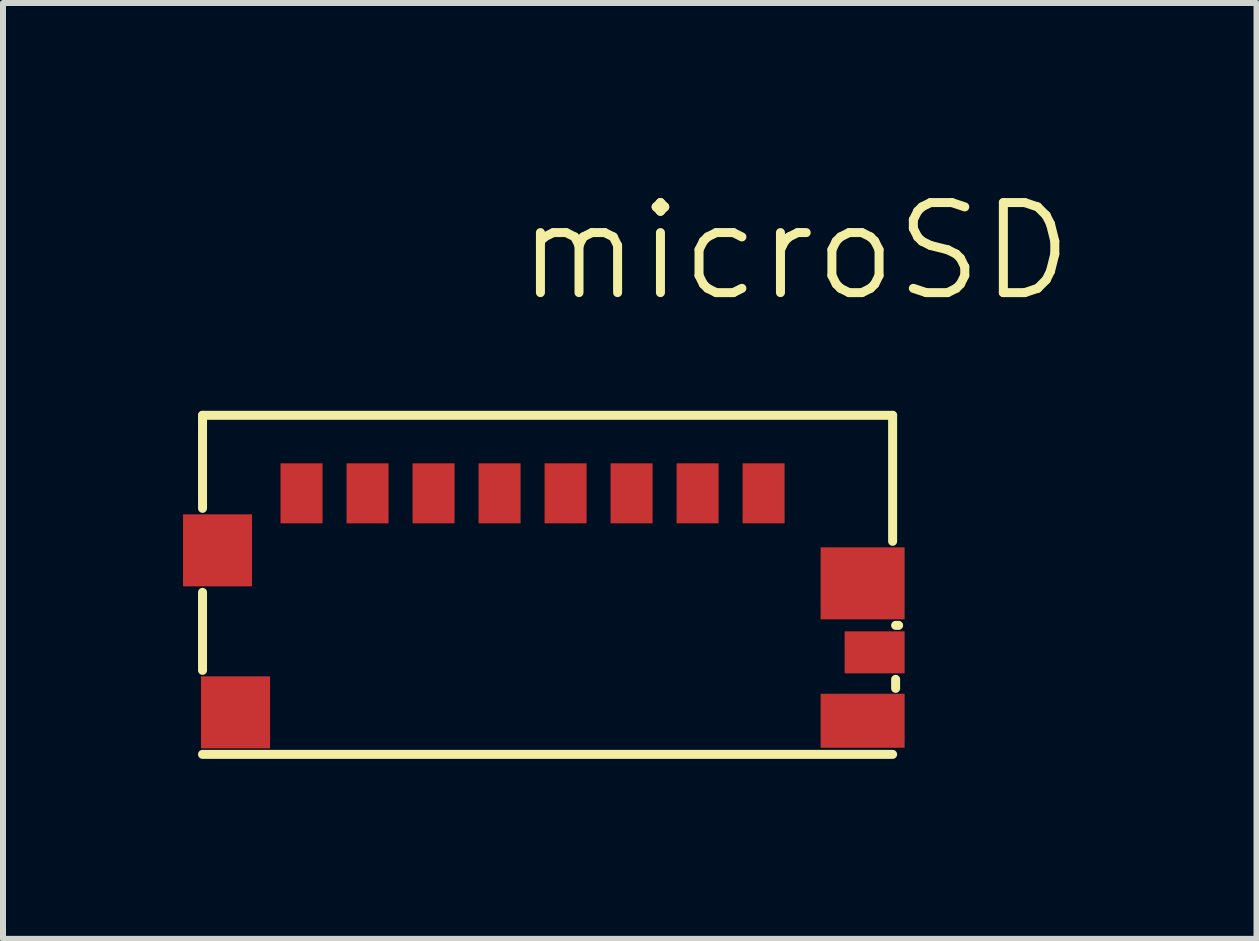
<source format=kicad_pcb>
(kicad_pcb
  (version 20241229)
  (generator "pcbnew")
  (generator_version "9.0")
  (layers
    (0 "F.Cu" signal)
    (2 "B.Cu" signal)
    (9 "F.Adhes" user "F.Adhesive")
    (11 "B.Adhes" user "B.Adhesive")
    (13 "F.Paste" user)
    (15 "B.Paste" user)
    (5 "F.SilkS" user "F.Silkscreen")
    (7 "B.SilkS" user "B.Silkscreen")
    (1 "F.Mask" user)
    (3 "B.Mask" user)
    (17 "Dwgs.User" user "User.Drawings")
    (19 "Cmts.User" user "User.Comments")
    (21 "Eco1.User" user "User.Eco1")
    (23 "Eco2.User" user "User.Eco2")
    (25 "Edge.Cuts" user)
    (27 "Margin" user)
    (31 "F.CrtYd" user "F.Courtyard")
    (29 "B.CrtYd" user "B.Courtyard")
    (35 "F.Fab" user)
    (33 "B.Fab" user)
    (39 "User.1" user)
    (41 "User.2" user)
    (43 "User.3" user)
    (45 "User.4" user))
  (footprint "microSD"
    (layer "F.Cu")
    (at 5.825 3.871)
    (property "Reference" "microSD" (at 4.381 -2.731 0) (layer "F.SilkS") (effects (font (size 1.5 1.5) (thickness 0.15))))
    (attr through_hole)
    (fp_line (start -5.5 0) (end -5.5 1.55) (stroke (width 0.15) (type solid)) (layer "F.SilkS"))
    (fp_line (start -5.5 2.95) (end -5.5 4.25) (stroke (width 0.15) (type solid)) (layer "F.SilkS"))
    (fp_line (start -5.5 5.65) (end 6 5.65) (stroke (width 0.15) (type solid)) (layer "F.SilkS"))
    (fp_line (start 6 0) (end -5.5 0) (stroke (width 0.15) (type solid)) (layer "F.SilkS"))
    (fp_line (start 6 0) (end 6 2.1) (stroke (width 0.15) (type solid)) (layer "F.SilkS"))
    (fp_line (start 6.05 3.5) (end 6.1 3.5) (stroke (width 0.15) (type solid)) (layer "F.SilkS"))
    (fp_line (start 6.05 4.4) (end 6.05 4.55) (stroke (width 0.15) (type solid)) (layer "F.SilkS"))
    (pad "1" smd rect (at 3.85 1.3) (size 0.7 1) (layers "F.Cu" "F.Mask" "F.Paste"))
    (pad "2" smd rect (at 2.75 1.3) (size 0.7 1) (layers "F.Cu" "F.Mask" "F.Paste"))
    (pad "3" smd rect (at 1.65 1.3) (size 0.7 1) (layers "F.Cu" "F.Mask" "F.Paste"))
    (pad "4" smd rect (at 0.55 1.3) (size 0.7 1) (layers "F.Cu" "F.Mask" "F.Paste"))
    (pad "5" smd rect (at -0.55 1.3) (size 0.7 1) (layers "F.Cu" "F.Mask" "F.Paste"))
    (pad "6" smd rect (at -1.65 1.3) (size 0.7 1) (layers "F.Cu" "F.Mask" "F.Paste"))
    (pad "7" smd rect (at -2.75 1.3) (size 0.7 1) (layers "F.Cu" "F.Mask" "F.Paste"))
    (pad "8" smd rect (at -3.85 1.3) (size 0.7 1) (layers "F.Cu" "F.Mask" "F.Paste"))
    (pad "G1" smd rect (at -5.25 2.25) (size 1.15 1.2) (layers "F.Cu" "F.Mask" "F.Paste"))
    (pad "G2" smd rect (at -4.95 4.95) (size 1.15 1.2) (layers "F.Cu" "F.Mask" "F.Paste"))
    (pad "G3" smd rect (at 5.5 2.8) (size 1.4 1.2) (layers "F.Cu" "F.Mask" "F.Paste"))
    (pad "G4" smd rect (at 5.7 3.95) (size 1 0.7) (layers "F.Cu" "F.Mask" "F.Paste"))
    (pad "G5" smd rect (at 5.5 5.09) (size 1.4 0.9) (layers "F.Cu" "F.Mask" "F.Paste")))
  (gr_rect
    (start -3 -3)
    (end 17.889 12.596)
    (stroke (width 0.1) (type default))
    (fill no)
    (layer "Edge.Cuts")))
</source>
